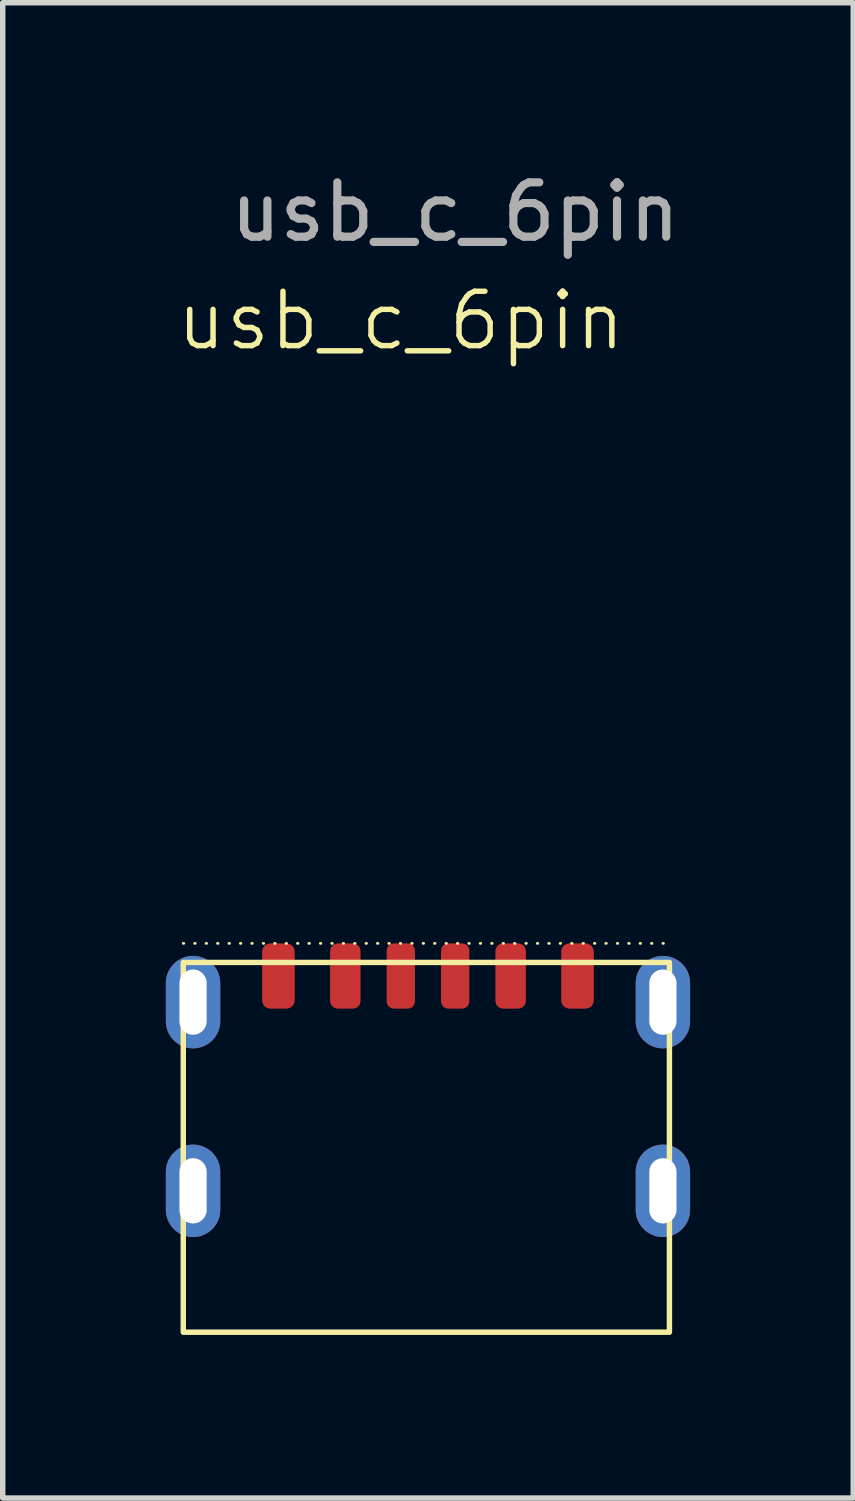
<source format=kicad_pcb>
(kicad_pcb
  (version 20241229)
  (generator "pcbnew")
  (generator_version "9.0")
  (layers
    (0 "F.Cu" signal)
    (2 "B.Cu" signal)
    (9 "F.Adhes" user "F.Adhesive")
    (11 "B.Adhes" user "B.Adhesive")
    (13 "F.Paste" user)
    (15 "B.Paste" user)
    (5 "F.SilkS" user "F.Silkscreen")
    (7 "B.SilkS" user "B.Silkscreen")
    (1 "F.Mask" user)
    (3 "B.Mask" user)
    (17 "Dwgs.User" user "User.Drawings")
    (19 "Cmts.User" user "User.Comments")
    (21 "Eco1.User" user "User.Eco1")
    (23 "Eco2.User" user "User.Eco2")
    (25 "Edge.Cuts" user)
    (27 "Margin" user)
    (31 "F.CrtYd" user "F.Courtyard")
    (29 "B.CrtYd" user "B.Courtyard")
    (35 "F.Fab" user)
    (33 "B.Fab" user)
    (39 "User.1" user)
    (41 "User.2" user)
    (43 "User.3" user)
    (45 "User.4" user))
  (footprint "usb_c_6pin"
    (layer "F.Cu")
    (at 4.82 15.348)
    (property "Reference" "usb_c_6pin" (at -0.5 -12.5 0) (unlocked yes) (layer "F.SilkS") (effects (font (size 1 1) (thickness 0.1))))
    (attr smd)
    (fp_line (start -4.5 -1.05) (end 4.5 -1.05) (stroke (width 0.05) (type dot)) (layer "F.SilkS"))
    (fp_rect (start -4.5 -0.7) (end 4.44 6.1) (stroke (width 0.1) (type default)) (fill no) (layer "F.SilkS"))
    (fp_text user "${REFERENCE}" (at 0.5 -14.5 0) (unlocked yes) (layer "F.Fab") (effects (font (size 1 1) (thickness 0.15))))
    (pad "7" thru_hole oval (at -4.32 0.03) (size 1 1.7) (drill oval 0.5 1.2) (layers "*.Cu" "*.Mask"))
    (pad "7" thru_hole oval (at -4.32 3.5) (size 1 1.7) (drill oval 0.5 1.2) (layers "*.Cu" "*.Mask"))
    (pad "7" thru_hole oval (at 4.32 0.03) (size 1 1.7) (drill oval 0.5 1.2) (layers "*.Cu" "*.Mask"))
    (pad "7" thru_hole oval (at 4.32 3.5) (size 1 1.7) (drill oval 0.5 1.2) (layers "*.Cu" "*.Mask"))
    (pad "A5" smd roundrect (at -0.5 -0.45) (size 0.52 1.2) (layers "F.Cu" "F.Mask" "F.Paste") (roundrect_rratio 0.25))
    (pad "A9" smd roundrect (at 1.52 -0.45) (size 0.56 1.2) (layers "F.Cu" "F.Mask" "F.Paste") (roundrect_rratio 0.25))
    (pad "A12" smd roundrect (at 2.75 -0.45) (size 0.6 1.2) (layers "F.Cu" "F.Mask" "F.Paste") (roundrect_rratio 0.25))
    (pad "B5" smd roundrect (at 0.5 -0.45) (size 0.52 1.2) (layers "F.Cu" "F.Mask" "F.Paste") (roundrect_rratio 0.25))
    (pad "B9" smd roundrect (at -1.52 -0.45) (size 0.56 1.2) (layers "F.Cu" "F.Mask" "F.Paste") (roundrect_rratio 0.25))
    (pad "B12" smd roundrect (at -2.75 -0.45) (size 0.6 1.2) (layers "F.Cu" "F.Mask" "F.Paste") (roundrect_rratio 0.25)))
  (gr_rect
    (start -3 -3)
    (end 12.64 24.498)
    (stroke (width 0.1) (type default))
    (fill no)
    (layer "Edge.Cuts")))
</source>
